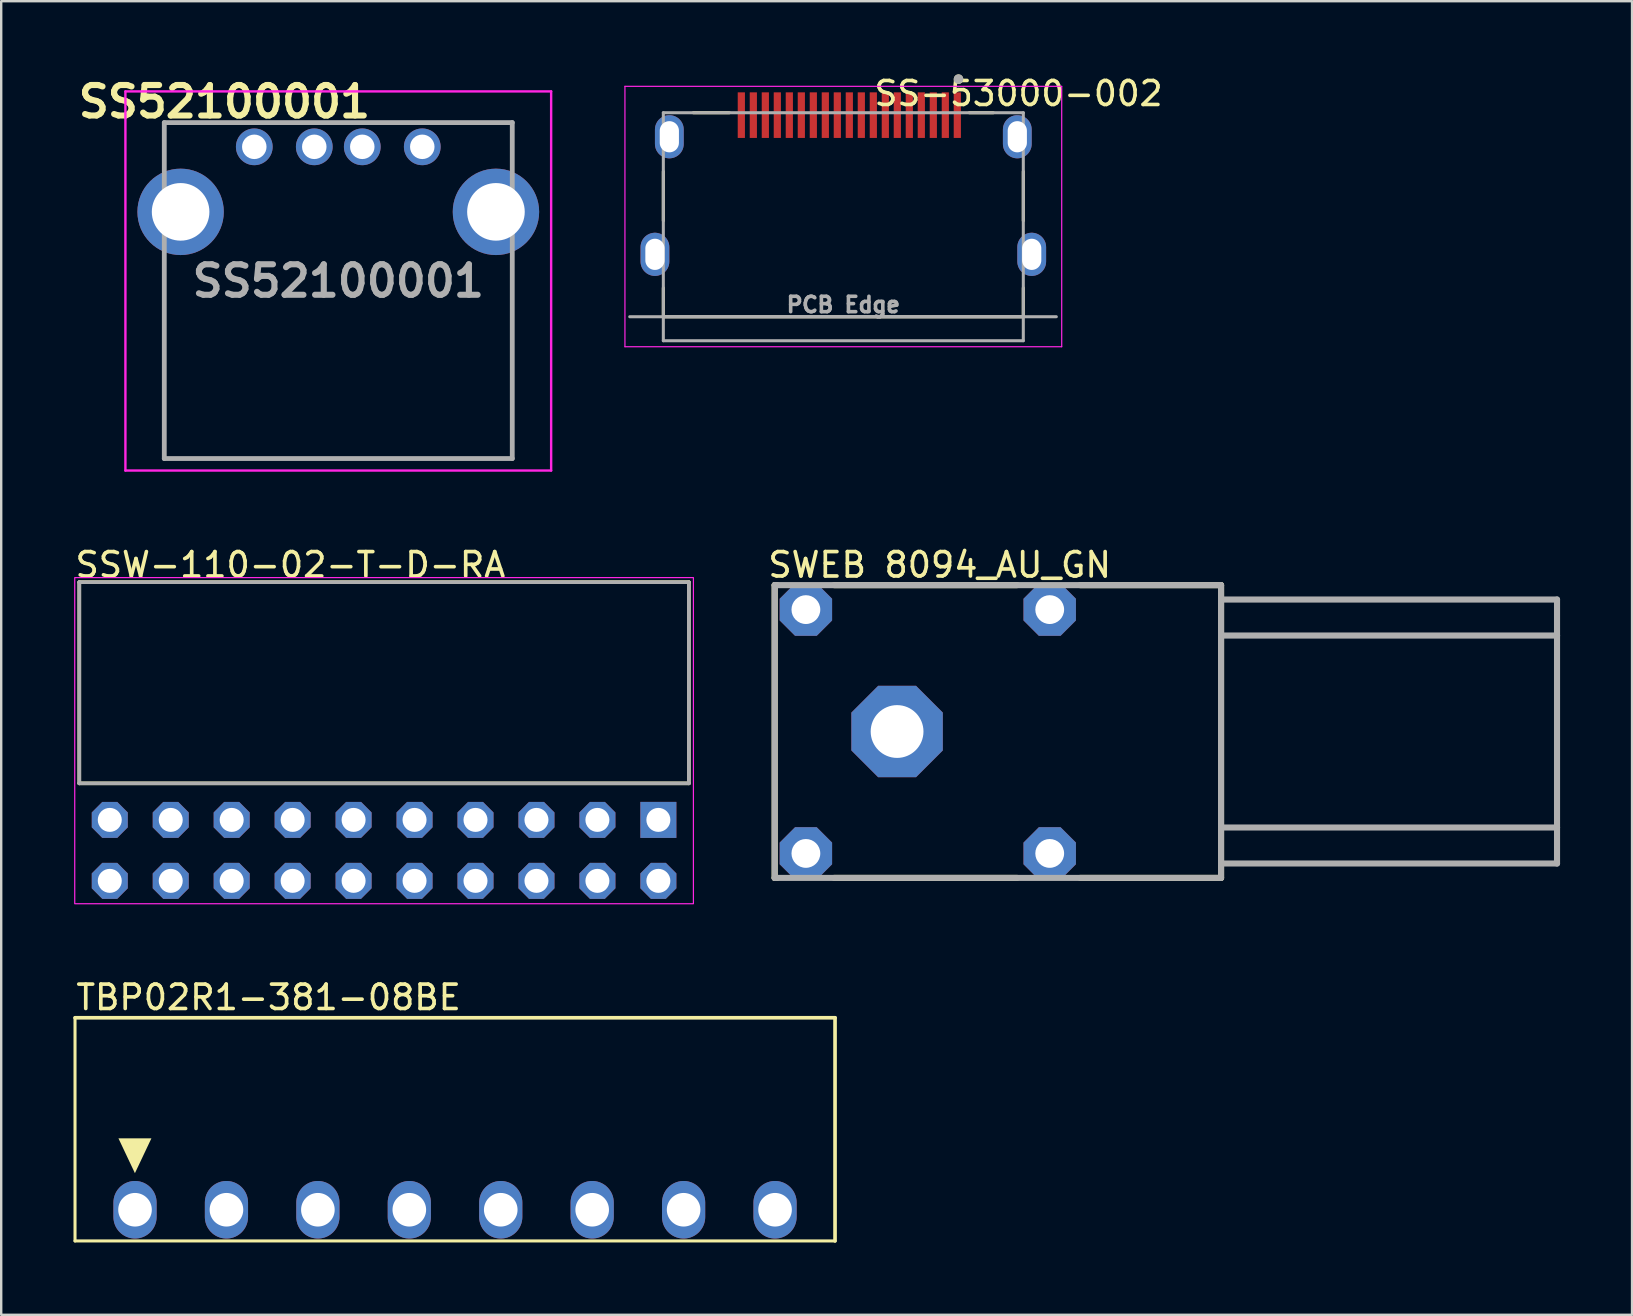
<source format=kicad_pcb>
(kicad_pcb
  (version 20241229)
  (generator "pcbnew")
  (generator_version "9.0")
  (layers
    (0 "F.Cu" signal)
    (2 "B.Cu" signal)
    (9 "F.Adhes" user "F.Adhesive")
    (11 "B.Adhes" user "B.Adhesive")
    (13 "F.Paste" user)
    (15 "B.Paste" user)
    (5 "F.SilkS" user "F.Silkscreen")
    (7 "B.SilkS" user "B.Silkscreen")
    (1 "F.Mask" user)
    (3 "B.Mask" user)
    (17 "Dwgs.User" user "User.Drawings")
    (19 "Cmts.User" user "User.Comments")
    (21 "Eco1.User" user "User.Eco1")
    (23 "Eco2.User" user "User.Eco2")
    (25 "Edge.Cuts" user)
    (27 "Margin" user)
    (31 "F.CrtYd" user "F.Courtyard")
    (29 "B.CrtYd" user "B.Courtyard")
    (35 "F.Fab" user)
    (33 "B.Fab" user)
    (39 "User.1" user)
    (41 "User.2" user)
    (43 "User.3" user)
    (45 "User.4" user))
  (footprint "SSW-110-02-T-D-RA"
    (layer "F.Cu")
    (at 1.524 33.655)
    (property "Reference" "SSW-110-02-T-D-RA" (at -1.524 -12.573 0) (layer "F.SilkS") (effects (font (size 1.016 1.016) (thickness 0.152)) (justify left bottom)))
    (attr through_hole)
    (fp_line (start -1.27 -12.446) (end -1.27 -4.064) (stroke (width 0.152) (type solid)) (layer "F.SilkS"))
    (fp_line (start -1.27 -4.064) (end 24.13 -4.064) (stroke (width 0.152) (type solid)) (layer "F.SilkS"))
    (fp_line (start 24.13 -12.446) (end -1.27 -12.446) (stroke (width 0.152) (type solid)) (layer "F.SilkS"))
    (fp_line (start 24.13 -4.064) (end 24.13 -12.446) (stroke (width 0.152) (type solid)) (layer "F.SilkS"))
    (fp_rect (start -1.46 -12.636) (end 24.32 0.953) (stroke (width 0.05) (type default)) (fill no) (layer "F.CrtYd"))
    (fp_line (start -1.27 -12.446) (end -1.27 -4.064) (stroke (width 0.152) (type solid)) (layer "F.Fab"))
    (fp_line (start -1.27 -4.064) (end 24.13 -4.064) (stroke (width 0.152) (type solid)) (layer "F.Fab"))
    (fp_line (start 24.13 -12.446) (end -1.27 -12.446) (stroke (width 0.152) (type solid)) (layer "F.Fab"))
    (fp_line (start 24.13 -4.064) (end 24.13 -12.446) (stroke (width 0.152) (type solid)) (layer "F.Fab"))
    (pad "1" thru_hole rect (at 22.86 -2.54) (size 1.5 1.5) (drill 1) (layers "*.Cu" "*.Mask"))
    (pad "2" thru_hole roundrect (at 22.86 0) (size 1.5 1.5) (drill 1) (layers "*.Cu" "*.Mask") (roundrect_rratio 0.25) (chamfer_ratio 0.293) (chamfer top_left top_right bottom_left bottom_right))
    (pad "3" thru_hole roundrect (at 20.32 -2.54) (size 1.5 1.5) (drill 1) (layers "*.Cu" "*.Mask") (roundrect_rratio 0.25) (chamfer_ratio 0.293) (chamfer top_left top_right bottom_left bottom_right))
    (pad "4" thru_hole roundrect (at 20.32 0) (size 1.5 1.5) (drill 1) (layers "*.Cu" "*.Mask") (roundrect_rratio 0.25) (chamfer_ratio 0.293) (chamfer top_left top_right bottom_left bottom_right))
    (pad "5" thru_hole roundrect (at 17.78 -2.54) (size 1.5 1.5) (drill 1) (layers "*.Cu" "*.Mask") (roundrect_rratio 0.25) (chamfer_ratio 0.293) (chamfer top_left top_right bottom_left bottom_right))
    (pad "6" thru_hole roundrect (at 17.78 0) (size 1.5 1.5) (drill 1) (layers "*.Cu" "*.Mask") (roundrect_rratio 0.25) (chamfer_ratio 0.293) (chamfer top_left top_right bottom_left bottom_right))
    (pad "7" thru_hole roundrect (at 15.24 -2.54) (size 1.5 1.5) (drill 1) (layers "*.Cu" "*.Mask") (roundrect_rratio 0.25) (chamfer_ratio 0.293) (chamfer top_left top_right bottom_left bottom_right))
    (pad "8" thru_hole roundrect (at 15.24 0) (size 1.5 1.5) (drill 1) (layers "*.Cu" "*.Mask") (roundrect_rratio 0.25) (chamfer_ratio 0.293) (chamfer top_left top_right bottom_left bottom_right))
    (pad "9" thru_hole roundrect (at 12.7 -2.54) (size 1.5 1.5) (drill 1) (layers "*.Cu" "*.Mask") (roundrect_rratio 0.25) (chamfer_ratio 0.293) (chamfer top_left top_right bottom_left bottom_right))
    (pad "10" thru_hole roundrect (at 12.7 0) (size 1.5 1.5) (drill 1) (layers "*.Cu" "*.Mask") (roundrect_rratio 0.25) (chamfer_ratio 0.293) (chamfer top_left top_right bottom_left bottom_right))
    (pad "11" thru_hole roundrect (at 10.16 -2.54) (size 1.5 1.5) (drill 1) (layers "*.Cu" "*.Mask") (roundrect_rratio 0.25) (chamfer_ratio 0.293) (chamfer top_left top_right bottom_left bottom_right))
    (pad "12" thru_hole roundrect (at 10.16 0) (size 1.5 1.5) (drill 1) (layers "*.Cu" "*.Mask") (roundrect_rratio 0.25) (chamfer_ratio 0.293) (chamfer top_left top_right bottom_left bottom_right))
    (pad "13" thru_hole roundrect (at 7.62 -2.54) (size 1.5 1.5) (drill 1) (layers "*.Cu" "*.Mask") (roundrect_rratio 0.25) (chamfer_ratio 0.293) (chamfer top_left top_right bottom_left bottom_right))
    (pad "14" thru_hole roundrect (at 7.62 0) (size 1.5 1.5) (drill 1) (layers "*.Cu" "*.Mask") (roundrect_rratio 0.25) (chamfer_ratio 0.293) (chamfer top_left top_right bottom_left bottom_right))
    (pad "15" thru_hole roundrect (at 5.08 -2.54) (size 1.5 1.5) (drill 1) (layers "*.Cu" "*.Mask") (roundrect_rratio 0.25) (chamfer_ratio 0.293) (chamfer top_left top_right bottom_left bottom_right))
    (pad "16" thru_hole roundrect (at 5.08 0) (size 1.5 1.5) (drill 1) (layers "*.Cu" "*.Mask") (roundrect_rratio 0.25) (chamfer_ratio 0.293) (chamfer top_left top_right bottom_left bottom_right))
    (pad "17" thru_hole roundrect (at 2.54 -2.54) (size 1.5 1.5) (drill 1) (layers "*.Cu" "*.Mask") (roundrect_rratio 0.25) (chamfer_ratio 0.293) (chamfer top_left top_right bottom_left bottom_right))
    (pad "18" thru_hole roundrect (at 2.54 0) (size 1.5 1.5) (drill 1) (layers "*.Cu" "*.Mask") (roundrect_rratio 0.25) (chamfer_ratio 0.293) (chamfer top_left top_right bottom_left bottom_right))
    (pad "19" thru_hole roundrect (at 0 -2.54) (size 1.5 1.5) (drill 1) (layers "*.Cu" "*.Mask") (roundrect_rratio 0.25) (chamfer_ratio 0.293) (chamfer top_left top_right bottom_left bottom_right))
    (pad "20" thru_hole roundrect (at 0 0) (size 1.5 1.5) (drill 1) (layers "*.Cu" "*.Mask") (roundrect_rratio 0.25) (chamfer_ratio 0.293) (chamfer top_left top_right bottom_left bottom_right)))
  (footprint "SWEB 8094_AU_GN"
    (layer "F.Cu")
    (at 34.331 27.432)
    (property "Reference" "SWEB 8094_AU_GN" (at -5.461 -6.35 0) (layer "F.SilkS") (effects (font (size 1.016 1.016) (thickness 0.152)) (justify left bottom)))
    (attr through_hole)
    (fp_line (start -5.1 -6.1) (end -5 -6.1) (stroke (width 0.254) (type solid)) (layer "F.SilkS"))
    (fp_line (start -5.1 6.1) (end -5.1 -6.1) (stroke (width 0.254) (type solid)) (layer "F.SilkS"))
    (fp_line (start -5.1 6.1) (end -5 6.1) (stroke (width 0.254) (type solid)) (layer "F.SilkS"))
    (fp_line (start -2.62 -6.1) (end 5 -6.1) (stroke (width 0.254) (type solid)) (layer "F.SilkS"))
    (fp_line (start -2.62 6.1) (end 5 6.1) (stroke (width 0.254) (type solid)) (layer "F.SilkS"))
    (fp_line (start 7.63 -6.1) (end 13.5 -6.1) (stroke (width 0.254) (type solid)) (layer "F.SilkS"))
    (fp_line (start 7.63 6.1) (end 13.5 6.1) (stroke (width 0.254) (type solid)) (layer "F.SilkS"))
    (fp_line (start 13.5 6.1) (end 13.5 -6.1) (stroke (width 0.254) (type solid)) (layer "F.SilkS"))
    (fp_line (start -5.1 -6.1) (end 13.5 -6.1) (stroke (width 0.254) (type solid)) (layer "F.Fab"))
    (fp_line (start -5.1 6.1) (end -5.1 -6.1) (stroke (width 0.254) (type solid)) (layer "F.Fab"))
    (fp_line (start -5.1 6.1) (end 13.5 6.1) (stroke (width 0.254) (type solid)) (layer "F.Fab"))
    (fp_line (start 13.5 6.1) (end 13.5 -6.1) (stroke (width 0.254) (type solid)) (layer "F.Fab"))
    (fp_line (start 27.5 -5.5) (end 13.5 -5.5) (stroke (width 0.254) (type solid)) (layer "F.Fab"))
    (fp_line (start 27.5 -5.5) (end 27.5 -4) (stroke (width 0.254) (type solid)) (layer "F.Fab"))
    (fp_line (start 27.5 -4) (end 13.5 -4) (stroke (width 0.254) (type solid)) (layer "F.Fab"))
    (fp_line (start 27.5 -4) (end 27.5 4) (stroke (width 0.254) (type solid)) (layer "F.Fab"))
    (fp_line (start 27.5 4) (end 13.5 4) (stroke (width 0.254) (type solid)) (layer "F.Fab"))
    (fp_line (start 27.5 4) (end 27.5 5.5) (stroke (width 0.254) (type solid)) (layer "F.Fab"))
    (fp_line (start 27.5 5.5) (end 13.5 5.5) (stroke (width 0.254) (type solid)) (layer "F.Fab"))
    (pad "" thru_hole roundrect (at -3.8 -5.08) (size 2.184 2.184) (drill 1.2) (layers "*.Cu" "*.Mask") (roundrect_rratio 0.25) (chamfer_ratio 0.293) (chamfer top_left top_right bottom_left bottom_right))
    (pad "" thru_hole roundrect (at -3.8 5.08) (size 2.184 2.184) (drill 1.2) (layers "*.Cu" "*.Mask") (roundrect_rratio 0.25) (chamfer_ratio 0.293) (chamfer top_left top_right bottom_left bottom_right))
    (pad "" thru_hole roundrect (at 6.36 -5.08) (size 2.184 2.184) (drill 1.2) (layers "*.Cu" "*.Mask") (roundrect_rratio 0.25) (chamfer_ratio 0.293) (chamfer top_left top_right bottom_left bottom_right))
    (pad "" thru_hole roundrect (at 6.36 5.08) (size 2.184 2.184) (drill 1.2) (layers "*.Cu" "*.Mask") (roundrect_rratio 0.25) (chamfer_ratio 0.293) (chamfer top_left top_right bottom_left bottom_right))
    (pad "1" thru_hole roundrect (at 0 0) (size 3.81 3.81) (drill 2.2) (layers "*.Cu" "*.Mask") (roundrect_rratio 0.25) (chamfer_ratio 0.293) (chamfer top_left top_right bottom_left bottom_right)))
  (footprint "TBP02R1-381-08BE"
    (layer "F.Cu")
    (at 15.911 47.36)
    (property "Reference" "TBP02R1-381-08BE" (at -15.875 -8.255 0) (layer "F.SilkS") (effects (font (size 1.016 1.016) (thickness 0.152)) (justify left bottom)))
    (attr through_hole)
    (fp_line (start -15.835 -8) (end -15.835 1.3) (stroke (width 0.127) (type solid)) (layer "F.SilkS"))
    (fp_line (start -15.835 1.3) (end 15.835 1.3) (stroke (width 0.127) (type solid)) (layer "F.SilkS"))
    (fp_line (start 15.835 -8) (end -15.835 -8) (stroke (width 0.152) (type solid)) (layer "F.SilkS"))
    (fp_line (start 15.835 1.3) (end 15.835 -8) (stroke (width 0.152) (type solid)) (layer "F.SilkS"))
    (fp_poly (pts (xy -13.339 -1.524) (xy -14.026 -2.977) (xy -12.651 -2.977)) (stroke (width 0) (type default)) (fill yes) (layer "F.SilkS"))
    (pad "1" thru_hole oval (at -13.335 0) (size 1.8 2.4) (drill 1.4) (layers "*.Cu" "*.Mask"))
    (pad "2" thru_hole oval (at -9.525 0) (size 1.8 2.4) (drill 1.4) (layers "*.Cu" "*.Mask"))
    (pad "3" thru_hole oval (at -5.715 0) (size 1.8 2.4) (drill 1.4) (layers "*.Cu" "*.Mask"))
    (pad "4" thru_hole oval (at -1.905 0) (size 1.8 2.4) (drill 1.4) (layers "*.Cu" "*.Mask"))
    (pad "5" thru_hole oval (at 1.905 0) (size 1.8 2.4) (drill 1.4) (layers "*.Cu" "*.Mask"))
    (pad "6" thru_hole oval (at 5.715 0) (size 1.8 2.4) (drill 1.4) (layers "*.Cu" "*.Mask"))
    (pad "7" thru_hole oval (at 9.525 0) (size 1.8 2.4) (drill 1.4) (layers "*.Cu" "*.Mask"))
    (pad "8" thru_hole oval (at 13.335 0) (size 1.8 2.4) (drill 1.4) (layers "*.Cu" "*.Mask")))
  (footprint "SS-53000-002"
    (layer "F.Cu")
    (at 32.091 1.748)
    (property "Reference" "SS-53000-002" (at 7.3 -0.9 0) (layer "F.SilkS") (effects (font (size 1 1) (thickness 0.15))))
    (attr smd)
    (fp_line (start -7.5 2.35) (end -7.5 4.4) (stroke (width 0.127) (type solid)) (layer "F.SilkS"))
    (fp_line (start -7.5 7.2) (end -7.5 8.4) (stroke (width 0.127) (type solid)) (layer "F.SilkS"))
    (fp_line (start -7.5 8.4) (end 7.5 8.4) (stroke (width 0.127) (type solid)) (layer "F.SilkS"))
    (fp_line (start -4.75 -0.1) (end -6.25 -0.1) (stroke (width 0.127) (type solid)) (layer "F.SilkS"))
    (fp_line (start 6.25 -0.1) (end 5.25 -0.1) (stroke (width 0.127) (type solid)) (layer "F.SilkS"))
    (fp_line (start 7.5 2.35) (end 7.5 4.4) (stroke (width 0.127) (type solid)) (layer "F.SilkS"))
    (fp_line (start 7.5 8.4) (end 7.5 7.2) (stroke (width 0.127) (type solid)) (layer "F.SilkS"))
    (fp_circle (center 4.8 -1.5) (end 4.9 -1.5) (stroke (width 0.2) (type solid)) (fill no) (layer "F.SilkS"))
    (fp_line (start -9.1 -1.2) (end 9.1 -1.2) (stroke (width 0.05) (type solid)) (layer "F.CrtYd"))
    (fp_line (start -9.1 9.65) (end -9.1 -1.2) (stroke (width 0.05) (type solid)) (layer "F.CrtYd"))
    (fp_line (start 9.1 -1.2) (end 9.1 9.65) (stroke (width 0.05) (type solid)) (layer "F.CrtYd"))
    (fp_line (start 9.1 9.65) (end -9.1 9.65) (stroke (width 0.05) (type solid)) (layer "F.CrtYd"))
    (fp_line (start -8.9 8.4) (end 8.875 8.4) (stroke (width 0.127) (type solid)) (layer "F.Fab"))
    (fp_line (start -7.5 -0.1) (end 7.5 -0.1) (stroke (width 0.127) (type solid)) (layer "F.Fab"))
    (fp_line (start -7.5 8.4) (end -7.5 -0.1) (stroke (width 0.127) (type solid)) (layer "F.Fab"))
    (fp_line (start -7.5 9.4) (end -7.5 8.4) (stroke (width 0.127) (type solid)) (layer "F.Fab"))
    (fp_line (start 7.5 -0.1) (end 7.5 8.4) (stroke (width 0.127) (type solid)) (layer "F.Fab"))
    (fp_line (start 7.5 8.4) (end -7.5 8.4) (stroke (width 0.127) (type solid)) (layer "F.Fab"))
    (fp_line (start 7.5 8.4) (end 7.5 9.4) (stroke (width 0.127) (type solid)) (layer "F.Fab"))
    (fp_line (start 7.5 9.4) (end -7.5 9.4) (stroke (width 0.127) (type solid)) (layer "F.Fab"))
    (fp_circle (center 4.8 -1.5) (end 4.9 -1.5) (stroke (width 0.2) (type solid)) (fill no) (layer "F.Fab"))
    (fp_text user "PCB Edge" (at 0 7.9 0) (layer "F.Fab") (effects (font (size 0.64 0.64) (thickness 0.15))))
    (pad "1" smd rect (at 4.75 0) (size 0.3 1.9) (layers "F.Cu" "F.Mask" "F.Paste"))
    (pad "2" smd rect (at 4.25 0) (size 0.3 1.9) (layers "F.Cu" "F.Mask" "F.Paste"))
    (pad "3" smd rect (at 3.75 0) (size 0.3 1.9) (layers "F.Cu" "F.Mask" "F.Paste"))
    (pad "4" smd rect (at 3.25 0) (size 0.3 1.9) (layers "F.Cu" "F.Mask" "F.Paste"))
    (pad "5" smd rect (at 2.75 0) (size 0.3 1.9) (layers "F.Cu" "F.Mask" "F.Paste"))
    (pad "6" smd rect (at 2.25 0) (size 0.3 1.9) (layers "F.Cu" "F.Mask" "F.Paste"))
    (pad "7" smd rect (at 1.75 0) (size 0.3 1.9) (layers "F.Cu" "F.Mask" "F.Paste"))
    (pad "8" smd rect (at 1.25 0) (size 0.3 1.9) (layers "F.Cu" "F.Mask" "F.Paste"))
    (pad "9" smd rect (at 0.75 0) (size 0.3 1.9) (layers "F.Cu" "F.Mask" "F.Paste"))
    (pad "10" smd rect (at 0.25 0) (size 0.3 1.9) (layers "F.Cu" "F.Mask" "F.Paste"))
    (pad "11" smd rect (at -0.25 0) (size 0.3 1.9) (layers "F.Cu" "F.Mask" "F.Paste"))
    (pad "12" smd rect (at -0.75 0) (size 0.3 1.9) (layers "F.Cu" "F.Mask" "F.Paste"))
    (pad "13" smd rect (at -1.25 0) (size 0.3 1.9) (layers "F.Cu" "F.Mask" "F.Paste"))
    (pad "14" smd rect (at -1.75 0) (size 0.3 1.9) (layers "F.Cu" "F.Mask" "F.Paste"))
    (pad "15" smd rect (at -2.25 0) (size 0.3 1.9) (layers "F.Cu" "F.Mask" "F.Paste"))
    (pad "16" smd rect (at -2.75 0) (size 0.3 1.9) (layers "F.Cu" "F.Mask" "F.Paste"))
    (pad "17" smd rect (at -3.25 0) (size 0.3 1.9) (layers "F.Cu" "F.Mask" "F.Paste"))
    (pad "18" smd rect (at -3.75 0) (size 0.3 1.9) (layers "F.Cu" "F.Mask" "F.Paste"))
    (pad "19" smd rect (at -4.25 0) (size 0.3 1.9) (layers "F.Cu" "F.Mask" "F.Paste"))
    (pad "SH" thru_hole oval (at -7.85 5.8) (size 1.2 1.8) (drill oval 0.8 1.3) (layers "*.Cu" "*.Mask"))
    (pad "SH" thru_hole oval (at -7.25 0.9) (size 1.2 1.8) (drill oval 0.8 1.3) (layers "*.Cu" "*.Mask"))
    (pad "SH" thru_hole oval (at 7.25 0.9) (size 1.2 1.8) (drill oval 0.8 1.3) (layers "*.Cu" "*.Mask"))
    (pad "SH" thru_hole oval (at 7.85 5.8) (size 1.2 1.8) (drill oval 0.8 1.3) (layers "*.Cu" "*.Mask")))
  (footprint "SS52100001"
    (layer "F.Cu")
    (at 7.546 3.068)
    (property "Reference" "SS52100001" (at -1.245 -1.88 0) (layer "F.SilkS") (effects (font (size 1.27 1.27) (thickness 0.254) (bold yes))))
    (attr through_hole)
    (fp_line (start -3.75 -1.01) (end 10.75 -1.01) (stroke (width 0.1) (type solid)) (layer "F.SilkS"))
    (fp_line (start -3.75 0.49) (end -3.75 -1.01) (stroke (width 0.1) (type solid)) (layer "F.SilkS"))
    (fp_line (start -3.75 4.99) (end -3.75 12.99) (stroke (width 0.1) (type solid)) (layer "F.SilkS"))
    (fp_line (start -3.75 12.99) (end 10.75 12.99) (stroke (width 0.1) (type solid)) (layer "F.SilkS"))
    (fp_line (start 10.75 -1.01) (end 10.75 0.49) (stroke (width 0.1) (type solid)) (layer "F.SilkS"))
    (fp_line (start 10.75 12.99) (end 10.75 4.99) (stroke (width 0.1) (type solid)) (layer "F.SilkS"))
    (fp_line (start -5.37 -2.31) (end 12.37 -2.31) (stroke (width 0.1) (type solid)) (layer "F.CrtYd"))
    (fp_line (start -5.37 13.49) (end -5.37 -2.31) (stroke (width 0.1) (type solid)) (layer "F.CrtYd"))
    (fp_line (start 12.37 -2.31) (end 12.37 13.49) (stroke (width 0.1) (type solid)) (layer "F.CrtYd"))
    (fp_line (start 12.37 13.49) (end -5.37 13.49) (stroke (width 0.1) (type solid)) (layer "F.CrtYd"))
    (fp_line (start -3.75 -1.01) (end 10.75 -1.01) (stroke (width 0.2) (type solid)) (layer "F.Fab"))
    (fp_line (start -3.75 12.99) (end -3.75 -1.01) (stroke (width 0.2) (type solid)) (layer "F.Fab"))
    (fp_line (start 10.75 -1.01) (end 10.75 12.99) (stroke (width 0.2) (type solid)) (layer "F.Fab"))
    (fp_line (start 10.75 12.99) (end -3.75 12.99) (stroke (width 0.2) (type solid)) (layer "F.Fab"))
    (fp_text user "${REFERENCE}" (at 3.5 5.59 0) (layer "F.Fab") (effects (font (size 1.27 1.27) (thickness 0.254))))
    (pad "1" thru_hole circle (at 0 0) (size 1.53 1.53) (drill 1.02) (layers "*.Cu" "*.Mask"))
    (pad "2" thru_hole circle (at 2.5 0) (size 1.53 1.53) (drill 1.02) (layers "*.Cu" "*.Mask"))
    (pad "3" thru_hole circle (at 4.5 0) (size 1.53 1.53) (drill 1.02) (layers "*.Cu" "*.Mask"))
    (pad "4" thru_hole circle (at 7 0) (size 1.53 1.53) (drill 1.02) (layers "*.Cu" "*.Mask"))
    (pad "SH" thru_hole circle (at -3.07 2.71) (size 3.6 3.6) (drill 2.4) (layers "*.Cu" "*.Mask"))
    (pad "SH" thru_hole circle (at 10.07 2.71) (size 3.6 3.6) (drill 2.4) (layers "*.Cu" "*.Mask")))
  (gr_rect
    (start -3 -3)
    (end 64.957 51.736)
    (stroke (width 0.1) (type default))
    (fill no)
    (layer "Edge.Cuts")))
</source>
